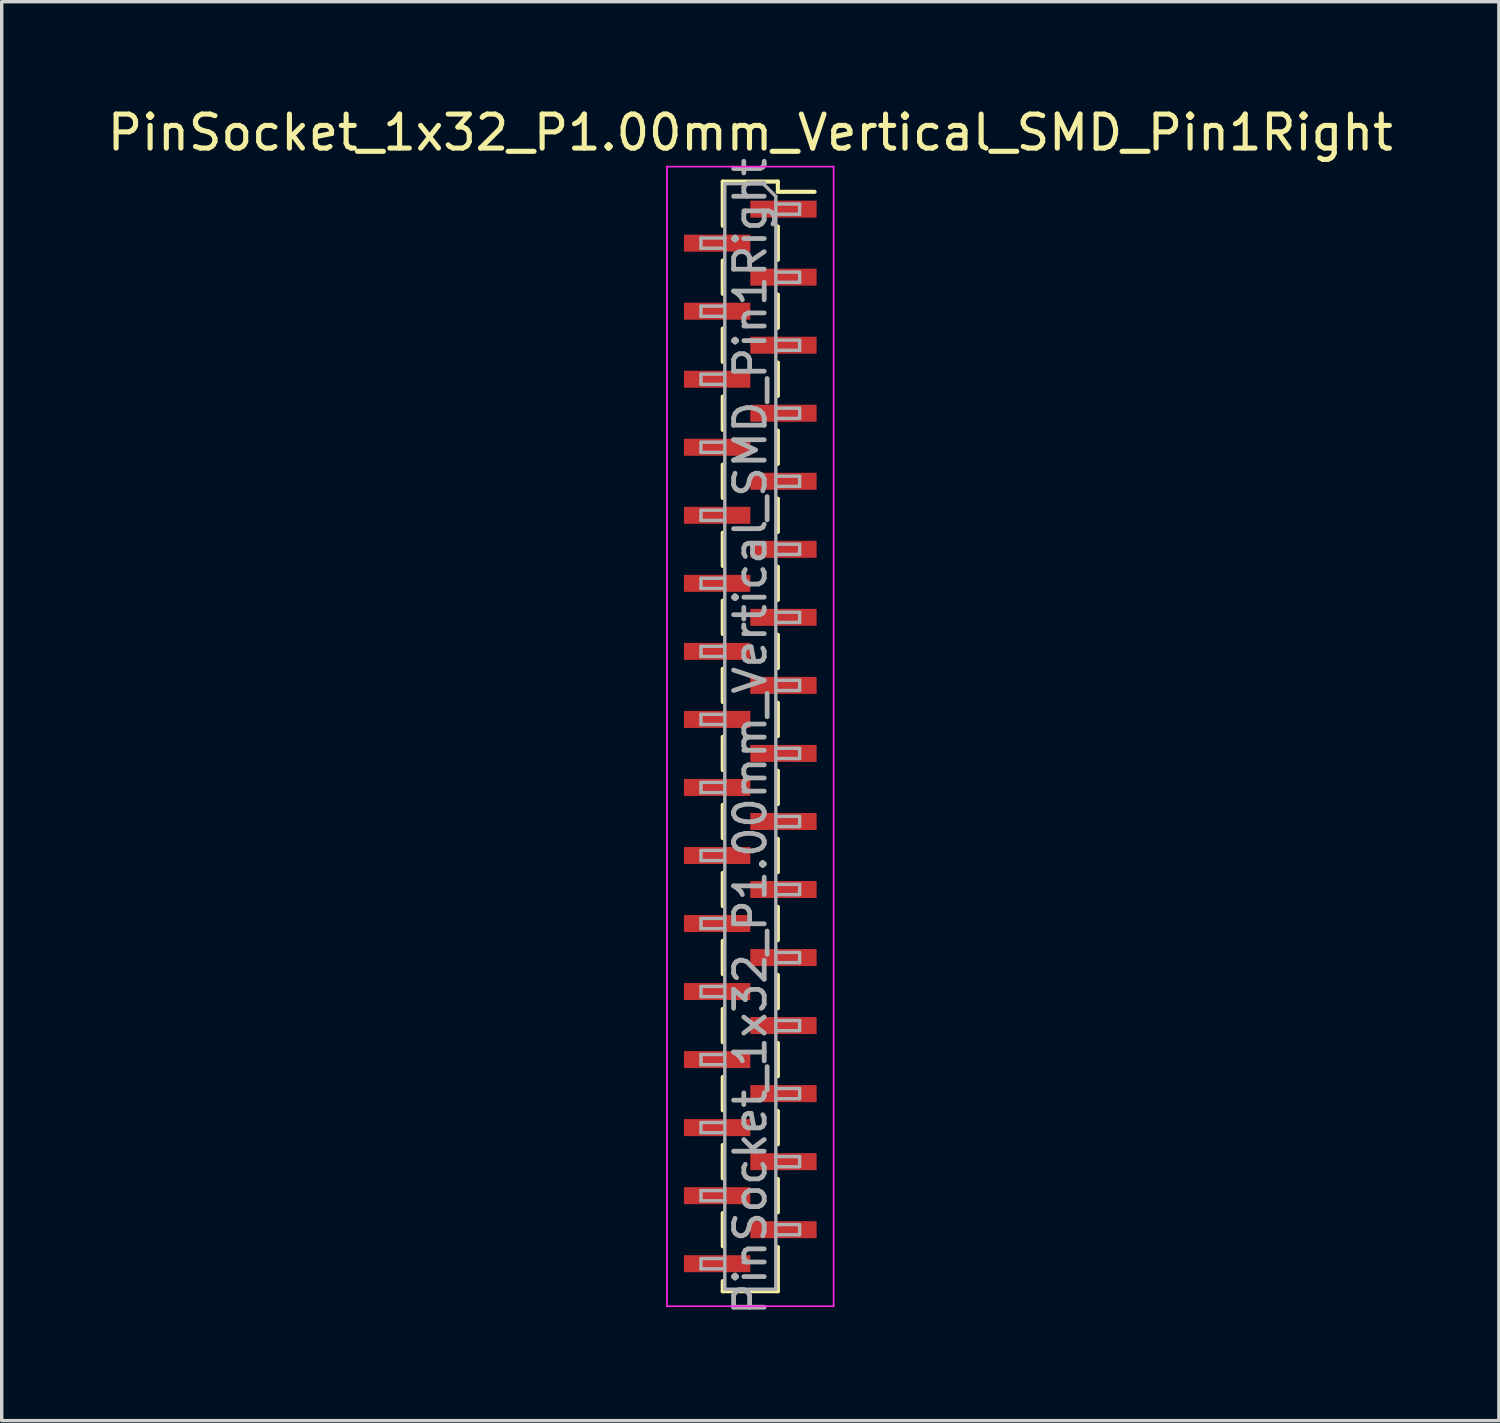
<source format=kicad_pcb>
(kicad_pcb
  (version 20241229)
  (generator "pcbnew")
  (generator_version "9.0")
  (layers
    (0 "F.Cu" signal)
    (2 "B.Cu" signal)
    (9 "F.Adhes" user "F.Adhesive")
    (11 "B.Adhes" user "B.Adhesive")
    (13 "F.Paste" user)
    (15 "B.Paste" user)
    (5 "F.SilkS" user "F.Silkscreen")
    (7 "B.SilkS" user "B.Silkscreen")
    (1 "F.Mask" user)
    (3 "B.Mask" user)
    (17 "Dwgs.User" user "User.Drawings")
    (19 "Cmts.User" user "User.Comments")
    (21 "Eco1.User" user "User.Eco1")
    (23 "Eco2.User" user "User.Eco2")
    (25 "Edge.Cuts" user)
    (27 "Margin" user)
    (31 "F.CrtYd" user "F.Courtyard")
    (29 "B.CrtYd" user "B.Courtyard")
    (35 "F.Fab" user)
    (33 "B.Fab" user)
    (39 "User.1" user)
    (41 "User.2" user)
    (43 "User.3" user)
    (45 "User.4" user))
  (footprint "PinSocket_1x32_P1.00mm_Vertical_SMD_Pin1Right"
    (layer "F.Cu")
    (at 19.006 18.598)
    (property "Reference" "PinSocket_1x32_P1.00mm_Vertical_SMD_Pin1Right" (at 0 -17.75 0) (layer "F.SilkS") (effects (font (size 1 1) (thickness 0.15))))
    (attr smd)
    (fp_line (start -0.81 -16.31) (end -0.81 -15.01) (stroke (width 0.12) (type solid)) (layer "F.SilkS"))
    (fp_line (start -0.81 -16.31) (end 0.81 -16.31) (stroke (width 0.12) (type solid)) (layer "F.SilkS"))
    (fp_line (start -0.81 -13.99) (end -0.81 -13.01) (stroke (width 0.12) (type solid)) (layer "F.SilkS"))
    (fp_line (start -0.81 -11.99) (end -0.81 -11.01) (stroke (width 0.12) (type solid)) (layer "F.SilkS"))
    (fp_line (start -0.81 -9.99) (end -0.81 -9.01) (stroke (width 0.12) (type solid)) (layer "F.SilkS"))
    (fp_line (start -0.81 -7.99) (end -0.81 -7.01) (stroke (width 0.12) (type solid)) (layer "F.SilkS"))
    (fp_line (start -0.81 -5.99) (end -0.81 -5.01) (stroke (width 0.12) (type solid)) (layer "F.SilkS"))
    (fp_line (start -0.81 -3.99) (end -0.81 -3.01) (stroke (width 0.12) (type solid)) (layer "F.SilkS"))
    (fp_line (start -0.81 -1.99) (end -0.81 -1.01) (stroke (width 0.12) (type solid)) (layer "F.SilkS"))
    (fp_line (start -0.81 0.01) (end -0.81 0.99) (stroke (width 0.12) (type solid)) (layer "F.SilkS"))
    (fp_line (start -0.81 2.01) (end -0.81 2.99) (stroke (width 0.12) (type solid)) (layer "F.SilkS"))
    (fp_line (start -0.81 4.01) (end -0.81 4.99) (stroke (width 0.12) (type solid)) (layer "F.SilkS"))
    (fp_line (start -0.81 6.01) (end -0.81 6.99) (stroke (width 0.12) (type solid)) (layer "F.SilkS"))
    (fp_line (start -0.81 8.01) (end -0.81 8.99) (stroke (width 0.12) (type solid)) (layer "F.SilkS"))
    (fp_line (start -0.81 10.01) (end -0.81 10.99) (stroke (width 0.12) (type solid)) (layer "F.SilkS"))
    (fp_line (start -0.81 12.01) (end -0.81 12.99) (stroke (width 0.12) (type solid)) (layer "F.SilkS"))
    (fp_line (start -0.81 14.01) (end -0.81 14.99) (stroke (width 0.12) (type solid)) (layer "F.SilkS"))
    (fp_line (start -0.81 16.01) (end -0.81 16.31) (stroke (width 0.12) (type solid)) (layer "F.SilkS"))
    (fp_line (start -0.81 16.31) (end 0.81 16.31) (stroke (width 0.12) (type solid)) (layer "F.SilkS"))
    (fp_line (start 0.81 -16.31) (end 0.81 -16.01) (stroke (width 0.12) (type solid)) (layer "F.SilkS"))
    (fp_line (start 0.81 -16.01) (end 1.89 -16.01) (stroke (width 0.12) (type solid)) (layer "F.SilkS"))
    (fp_line (start 0.81 -14.99) (end 0.81 -14.01) (stroke (width 0.12) (type solid)) (layer "F.SilkS"))
    (fp_line (start 0.81 -12.99) (end 0.81 -12.01) (stroke (width 0.12) (type solid)) (layer "F.SilkS"))
    (fp_line (start 0.81 -10.99) (end 0.81 -10.01) (stroke (width 0.12) (type solid)) (layer "F.SilkS"))
    (fp_line (start 0.81 -8.99) (end 0.81 -8.01) (stroke (width 0.12) (type solid)) (layer "F.SilkS"))
    (fp_line (start 0.81 -6.99) (end 0.81 -6.01) (stroke (width 0.12) (type solid)) (layer "F.SilkS"))
    (fp_line (start 0.81 -4.99) (end 0.81 -4.01) (stroke (width 0.12) (type solid)) (layer "F.SilkS"))
    (fp_line (start 0.81 -2.99) (end 0.81 -2.01) (stroke (width 0.12) (type solid)) (layer "F.SilkS"))
    (fp_line (start 0.81 -0.99) (end 0.81 -0.01) (stroke (width 0.12) (type solid)) (layer "F.SilkS"))
    (fp_line (start 0.81 1.01) (end 0.81 1.99) (stroke (width 0.12) (type solid)) (layer "F.SilkS"))
    (fp_line (start 0.81 3.01) (end 0.81 3.99) (stroke (width 0.12) (type solid)) (layer "F.SilkS"))
    (fp_line (start 0.81 5.01) (end 0.81 5.99) (stroke (width 0.12) (type solid)) (layer "F.SilkS"))
    (fp_line (start 0.81 7.01) (end 0.81 7.99) (stroke (width 0.12) (type solid)) (layer "F.SilkS"))
    (fp_line (start 0.81 9.01) (end 0.81 9.99) (stroke (width 0.12) (type solid)) (layer "F.SilkS"))
    (fp_line (start 0.81 11.01) (end 0.81 11.99) (stroke (width 0.12) (type solid)) (layer "F.SilkS"))
    (fp_line (start 0.81 13.01) (end 0.81 13.99) (stroke (width 0.12) (type solid)) (layer "F.SilkS"))
    (fp_line (start 0.81 15.01) (end 0.81 16.31) (stroke (width 0.12) (type solid)) (layer "F.SilkS"))
    (fp_line (start -2.45 -16.75) (end 2.45 -16.75) (stroke (width 0.05) (type solid)) (layer "F.CrtYd"))
    (fp_line (start -2.45 16.75) (end -2.45 -16.75) (stroke (width 0.05) (type solid)) (layer "F.CrtYd"))
    (fp_line (start 2.45 -16.75) (end 2.45 16.75) (stroke (width 0.05) (type solid)) (layer "F.CrtYd"))
    (fp_line (start 2.45 16.75) (end -2.45 16.75) (stroke (width 0.05) (type solid)) (layer "F.CrtYd"))
    (fp_line (start -1.45 -14.65) (end -0.75 -14.65) (stroke (width 0.1) (type solid)) (layer "F.Fab"))
    (fp_line (start -1.45 -14.35) (end -1.45 -14.65) (stroke (width 0.1) (type solid)) (layer "F.Fab"))
    (fp_line (start -1.45 -12.65) (end -0.75 -12.65) (stroke (width 0.1) (type solid)) (layer "F.Fab"))
    (fp_line (start -1.45 -12.35) (end -1.45 -12.65) (stroke (width 0.1) (type solid)) (layer "F.Fab"))
    (fp_line (start -1.45 -10.65) (end -0.75 -10.65) (stroke (width 0.1) (type solid)) (layer "F.Fab"))
    (fp_line (start -1.45 -10.35) (end -1.45 -10.65) (stroke (width 0.1) (type solid)) (layer "F.Fab"))
    (fp_line (start -1.45 -8.65) (end -0.75 -8.65) (stroke (width 0.1) (type solid)) (layer "F.Fab"))
    (fp_line (start -1.45 -8.35) (end -1.45 -8.65) (stroke (width 0.1) (type solid)) (layer "F.Fab"))
    (fp_line (start -1.45 -6.65) (end -0.75 -6.65) (stroke (width 0.1) (type solid)) (layer "F.Fab"))
    (fp_line (start -1.45 -6.35) (end -1.45 -6.65) (stroke (width 0.1) (type solid)) (layer "F.Fab"))
    (fp_line (start -1.45 -4.65) (end -0.75 -4.65) (stroke (width 0.1) (type solid)) (layer "F.Fab"))
    (fp_line (start -1.45 -4.35) (end -1.45 -4.65) (stroke (width 0.1) (type solid)) (layer "F.Fab"))
    (fp_line (start -1.45 -2.65) (end -0.75 -2.65) (stroke (width 0.1) (type solid)) (layer "F.Fab"))
    (fp_line (start -1.45 -2.35) (end -1.45 -2.65) (stroke (width 0.1) (type solid)) (layer "F.Fab"))
    (fp_line (start -1.45 -0.65) (end -0.75 -0.65) (stroke (width 0.1) (type solid)) (layer "F.Fab"))
    (fp_line (start -1.45 -0.35) (end -1.45 -0.65) (stroke (width 0.1) (type solid)) (layer "F.Fab"))
    (fp_line (start -1.45 1.35) (end -0.75 1.35) (stroke (width 0.1) (type solid)) (layer "F.Fab"))
    (fp_line (start -1.45 1.65) (end -1.45 1.35) (stroke (width 0.1) (type solid)) (layer "F.Fab"))
    (fp_line (start -1.45 3.35) (end -0.75 3.35) (stroke (width 0.1) (type solid)) (layer "F.Fab"))
    (fp_line (start -1.45 3.65) (end -1.45 3.35) (stroke (width 0.1) (type solid)) (layer "F.Fab"))
    (fp_line (start -1.45 5.35) (end -0.75 5.35) (stroke (width 0.1) (type solid)) (layer "F.Fab"))
    (fp_line (start -1.45 5.65) (end -1.45 5.35) (stroke (width 0.1) (type solid)) (layer "F.Fab"))
    (fp_line (start -1.45 7.35) (end -0.75 7.35) (stroke (width 0.1) (type solid)) (layer "F.Fab"))
    (fp_line (start -1.45 7.65) (end -1.45 7.35) (stroke (width 0.1) (type solid)) (layer "F.Fab"))
    (fp_line (start -1.45 9.35) (end -0.75 9.35) (stroke (width 0.1) (type solid)) (layer "F.Fab"))
    (fp_line (start -1.45 9.65) (end -1.45 9.35) (stroke (width 0.1) (type solid)) (layer "F.Fab"))
    (fp_line (start -1.45 11.35) (end -0.75 11.35) (stroke (width 0.1) (type solid)) (layer "F.Fab"))
    (fp_line (start -1.45 11.65) (end -1.45 11.35) (stroke (width 0.1) (type solid)) (layer "F.Fab"))
    (fp_line (start -1.45 13.35) (end -0.75 13.35) (stroke (width 0.1) (type solid)) (layer "F.Fab"))
    (fp_line (start -1.45 13.65) (end -1.45 13.35) (stroke (width 0.1) (type solid)) (layer "F.Fab"))
    (fp_line (start -1.45 15.35) (end -0.75 15.35) (stroke (width 0.1) (type solid)) (layer "F.Fab"))
    (fp_line (start -1.45 15.65) (end -1.45 15.35) (stroke (width 0.1) (type solid)) (layer "F.Fab"))
    (fp_line (start -0.75 -16.25) (end 0.375 -16.25) (stroke (width 0.1) (type solid)) (layer "F.Fab"))
    (fp_line (start -0.75 -14.35) (end -1.45 -14.35) (stroke (width 0.1) (type solid)) (layer "F.Fab"))
    (fp_line (start -0.75 -12.35) (end -1.45 -12.35) (stroke (width 0.1) (type solid)) (layer "F.Fab"))
    (fp_line (start -0.75 -10.35) (end -1.45 -10.35) (stroke (width 0.1) (type solid)) (layer "F.Fab"))
    (fp_line (start -0.75 -8.35) (end -1.45 -8.35) (stroke (width 0.1) (type solid)) (layer "F.Fab"))
    (fp_line (start -0.75 -6.35) (end -1.45 -6.35) (stroke (width 0.1) (type solid)) (layer "F.Fab"))
    (fp_line (start -0.75 -4.35) (end -1.45 -4.35) (stroke (width 0.1) (type solid)) (layer "F.Fab"))
    (fp_line (start -0.75 -2.35) (end -1.45 -2.35) (stroke (width 0.1) (type solid)) (layer "F.Fab"))
    (fp_line (start -0.75 -0.35) (end -1.45 -0.35) (stroke (width 0.1) (type solid)) (layer "F.Fab"))
    (fp_line (start -0.75 1.65) (end -1.45 1.65) (stroke (width 0.1) (type solid)) (layer "F.Fab"))
    (fp_line (start -0.75 3.65) (end -1.45 3.65) (stroke (width 0.1) (type solid)) (layer "F.Fab"))
    (fp_line (start -0.75 5.65) (end -1.45 5.65) (stroke (width 0.1) (type solid)) (layer "F.Fab"))
    (fp_line (start -0.75 7.65) (end -1.45 7.65) (stroke (width 0.1) (type solid)) (layer "F.Fab"))
    (fp_line (start -0.75 9.65) (end -1.45 9.65) (stroke (width 0.1) (type solid)) (layer "F.Fab"))
    (fp_line (start -0.75 11.65) (end -1.45 11.65) (stroke (width 0.1) (type solid)) (layer "F.Fab"))
    (fp_line (start -0.75 13.65) (end -1.45 13.65) (stroke (width 0.1) (type solid)) (layer "F.Fab"))
    (fp_line (start -0.75 15.65) (end -1.45 15.65) (stroke (width 0.1) (type solid)) (layer "F.Fab"))
    (fp_line (start -0.75 16.25) (end -0.75 -16.25) (stroke (width 0.1) (type solid)) (layer "F.Fab"))
    (fp_line (start 0.375 -16.25) (end 0.75 -15.875) (stroke (width 0.1) (type solid)) (layer "F.Fab"))
    (fp_line (start 0.75 -15.875) (end 0.75 16.25) (stroke (width 0.1) (type solid)) (layer "F.Fab"))
    (fp_line (start 0.75 -15.65) (end 1.45 -15.65) (stroke (width 0.1) (type solid)) (layer "F.Fab"))
    (fp_line (start 0.75 -13.65) (end 1.45 -13.65) (stroke (width 0.1) (type solid)) (layer "F.Fab"))
    (fp_line (start 0.75 -11.65) (end 1.45 -11.65) (stroke (width 0.1) (type solid)) (layer "F.Fab"))
    (fp_line (start 0.75 -9.65) (end 1.45 -9.65) (stroke (width 0.1) (type solid)) (layer "F.Fab"))
    (fp_line (start 0.75 -7.65) (end 1.45 -7.65) (stroke (width 0.1) (type solid)) (layer "F.Fab"))
    (fp_line (start 0.75 -5.65) (end 1.45 -5.65) (stroke (width 0.1) (type solid)) (layer "F.Fab"))
    (fp_line (start 0.75 -3.65) (end 1.45 -3.65) (stroke (width 0.1) (type solid)) (layer "F.Fab"))
    (fp_line (start 0.75 -1.65) (end 1.45 -1.65) (stroke (width 0.1) (type solid)) (layer "F.Fab"))
    (fp_line (start 0.75 0.35) (end 1.45 0.35) (stroke (width 0.1) (type solid)) (layer "F.Fab"))
    (fp_line (start 0.75 2.35) (end 1.45 2.35) (stroke (width 0.1) (type solid)) (layer "F.Fab"))
    (fp_line (start 0.75 4.35) (end 1.45 4.35) (stroke (width 0.1) (type solid)) (layer "F.Fab"))
    (fp_line (start 0.75 6.35) (end 1.45 6.35) (stroke (width 0.1) (type solid)) (layer "F.Fab"))
    (fp_line (start 0.75 8.35) (end 1.45 8.35) (stroke (width 0.1) (type solid)) (layer "F.Fab"))
    (fp_line (start 0.75 10.35) (end 1.45 10.35) (stroke (width 0.1) (type solid)) (layer "F.Fab"))
    (fp_line (start 0.75 12.35) (end 1.45 12.35) (stroke (width 0.1) (type solid)) (layer "F.Fab"))
    (fp_line (start 0.75 14.35) (end 1.45 14.35) (stroke (width 0.1) (type solid)) (layer "F.Fab"))
    (fp_line (start 0.75 16.25) (end -0.75 16.25) (stroke (width 0.1) (type solid)) (layer "F.Fab"))
    (fp_line (start 1.45 -15.65) (end 1.45 -15.35) (stroke (width 0.1) (type solid)) (layer "F.Fab"))
    (fp_line (start 1.45 -15.35) (end 0.75 -15.35) (stroke (width 0.1) (type solid)) (layer "F.Fab"))
    (fp_line (start 1.45 -13.65) (end 1.45 -13.35) (stroke (width 0.1) (type solid)) (layer "F.Fab"))
    (fp_line (start 1.45 -13.35) (end 0.75 -13.35) (stroke (width 0.1) (type solid)) (layer "F.Fab"))
    (fp_line (start 1.45 -11.65) (end 1.45 -11.35) (stroke (width 0.1) (type solid)) (layer "F.Fab"))
    (fp_line (start 1.45 -11.35) (end 0.75 -11.35) (stroke (width 0.1) (type solid)) (layer "F.Fab"))
    (fp_line (start 1.45 -9.65) (end 1.45 -9.35) (stroke (width 0.1) (type solid)) (layer "F.Fab"))
    (fp_line (start 1.45 -9.35) (end 0.75 -9.35) (stroke (width 0.1) (type solid)) (layer "F.Fab"))
    (fp_line (start 1.45 -7.65) (end 1.45 -7.35) (stroke (width 0.1) (type solid)) (layer "F.Fab"))
    (fp_line (start 1.45 -7.35) (end 0.75 -7.35) (stroke (width 0.1) (type solid)) (layer "F.Fab"))
    (fp_line (start 1.45 -5.65) (end 1.45 -5.35) (stroke (width 0.1) (type solid)) (layer "F.Fab"))
    (fp_line (start 1.45 -5.35) (end 0.75 -5.35) (stroke (width 0.1) (type solid)) (layer "F.Fab"))
    (fp_line (start 1.45 -3.65) (end 1.45 -3.35) (stroke (width 0.1) (type solid)) (layer "F.Fab"))
    (fp_line (start 1.45 -3.35) (end 0.75 -3.35) (stroke (width 0.1) (type solid)) (layer "F.Fab"))
    (fp_line (start 1.45 -1.65) (end 1.45 -1.35) (stroke (width 0.1) (type solid)) (layer "F.Fab"))
    (fp_line (start 1.45 -1.35) (end 0.75 -1.35) (stroke (width 0.1) (type solid)) (layer "F.Fab"))
    (fp_line (start 1.45 0.35) (end 1.45 0.65) (stroke (width 0.1) (type solid)) (layer "F.Fab"))
    (fp_line (start 1.45 0.65) (end 0.75 0.65) (stroke (width 0.1) (type solid)) (layer "F.Fab"))
    (fp_line (start 1.45 2.35) (end 1.45 2.65) (stroke (width 0.1) (type solid)) (layer "F.Fab"))
    (fp_line (start 1.45 2.65) (end 0.75 2.65) (stroke (width 0.1) (type solid)) (layer "F.Fab"))
    (fp_line (start 1.45 4.35) (end 1.45 4.65) (stroke (width 0.1) (type solid)) (layer "F.Fab"))
    (fp_line (start 1.45 4.65) (end 0.75 4.65) (stroke (width 0.1) (type solid)) (layer "F.Fab"))
    (fp_line (start 1.45 6.35) (end 1.45 6.65) (stroke (width 0.1) (type solid)) (layer "F.Fab"))
    (fp_line (start 1.45 6.65) (end 0.75 6.65) (stroke (width 0.1) (type solid)) (layer "F.Fab"))
    (fp_line (start 1.45 8.35) (end 1.45 8.65) (stroke (width 0.1) (type solid)) (layer "F.Fab"))
    (fp_line (start 1.45 8.65) (end 0.75 8.65) (stroke (width 0.1) (type solid)) (layer "F.Fab"))
    (fp_line (start 1.45 10.35) (end 1.45 10.65) (stroke (width 0.1) (type solid)) (layer "F.Fab"))
    (fp_line (start 1.45 10.65) (end 0.75 10.65) (stroke (width 0.1) (type solid)) (layer "F.Fab"))
    (fp_line (start 1.45 12.35) (end 1.45 12.65) (stroke (width 0.1) (type solid)) (layer "F.Fab"))
    (fp_line (start 1.45 12.65) (end 0.75 12.65) (stroke (width 0.1) (type solid)) (layer "F.Fab"))
    (fp_line (start 1.45 14.35) (end 1.45 14.65) (stroke (width 0.1) (type solid)) (layer "F.Fab"))
    (fp_line (start 1.45 14.65) (end 0.75 14.65) (stroke (width 0.1) (type solid)) (layer "F.Fab"))
    (fp_text user "${REFERENCE}" (at 0 0 90) (layer "F.Fab") (effects (font (size 0.9 0.9) (thickness 0.14))))
    (pad "1" smd rect (at 0.975 -15.5) (size 1.95 0.5) (layers "F.Cu" "F.Mask" "F.Paste"))
    (pad "2" smd rect (at -0.975 -14.5) (size 1.95 0.5) (layers "F.Cu" "F.Mask" "F.Paste"))
    (pad "3" smd rect (at 0.975 -13.5) (size 1.95 0.5) (layers "F.Cu" "F.Mask" "F.Paste"))
    (pad "4" smd rect (at -0.975 -12.5) (size 1.95 0.5) (layers "F.Cu" "F.Mask" "F.Paste"))
    (pad "5" smd rect (at 0.975 -11.5) (size 1.95 0.5) (layers "F.Cu" "F.Mask" "F.Paste"))
    (pad "6" smd rect (at -0.975 -10.5) (size 1.95 0.5) (layers "F.Cu" "F.Mask" "F.Paste"))
    (pad "7" smd rect (at 0.975 -9.5) (size 1.95 0.5) (layers "F.Cu" "F.Mask" "F.Paste"))
    (pad "8" smd rect (at -0.975 -8.5) (size 1.95 0.5) (layers "F.Cu" "F.Mask" "F.Paste"))
    (pad "9" smd rect (at 0.975 -7.5) (size 1.95 0.5) (layers "F.Cu" "F.Mask" "F.Paste"))
    (pad "10" smd rect (at -0.975 -6.5) (size 1.95 0.5) (layers "F.Cu" "F.Mask" "F.Paste"))
    (pad "11" smd rect (at 0.975 -5.5) (size 1.95 0.5) (layers "F.Cu" "F.Mask" "F.Paste"))
    (pad "12" smd rect (at -0.975 -4.5) (size 1.95 0.5) (layers "F.Cu" "F.Mask" "F.Paste"))
    (pad "13" smd rect (at 0.975 -3.5) (size 1.95 0.5) (layers "F.Cu" "F.Mask" "F.Paste"))
    (pad "14" smd rect (at -0.975 -2.5) (size 1.95 0.5) (layers "F.Cu" "F.Mask" "F.Paste"))
    (pad "15" smd rect (at 0.975 -1.5) (size 1.95 0.5) (layers "F.Cu" "F.Mask" "F.Paste"))
    (pad "16" smd rect (at -0.975 -0.5) (size 1.95 0.5) (layers "F.Cu" "F.Mask" "F.Paste"))
    (pad "17" smd rect (at 0.975 0.5) (size 1.95 0.5) (layers "F.Cu" "F.Mask" "F.Paste"))
    (pad "18" smd rect (at -0.975 1.5) (size 1.95 0.5) (layers "F.Cu" "F.Mask" "F.Paste"))
    (pad "19" smd rect (at 0.975 2.5) (size 1.95 0.5) (layers "F.Cu" "F.Mask" "F.Paste"))
    (pad "20" smd rect (at -0.975 3.5) (size 1.95 0.5) (layers "F.Cu" "F.Mask" "F.Paste"))
    (pad "21" smd rect (at 0.975 4.5) (size 1.95 0.5) (layers "F.Cu" "F.Mask" "F.Paste"))
    (pad "22" smd rect (at -0.975 5.5) (size 1.95 0.5) (layers "F.Cu" "F.Mask" "F.Paste"))
    (pad "23" smd rect (at 0.975 6.5) (size 1.95 0.5) (layers "F.Cu" "F.Mask" "F.Paste"))
    (pad "24" smd rect (at -0.975 7.5) (size 1.95 0.5) (layers "F.Cu" "F.Mask" "F.Paste"))
    (pad "25" smd rect (at 0.975 8.5) (size 1.95 0.5) (layers "F.Cu" "F.Mask" "F.Paste"))
    (pad "26" smd rect (at -0.975 9.5) (size 1.95 0.5) (layers "F.Cu" "F.Mask" "F.Paste"))
    (pad "27" smd rect (at 0.975 10.5) (size 1.95 0.5) (layers "F.Cu" "F.Mask" "F.Paste"))
    (pad "28" smd rect (at -0.975 11.5) (size 1.95 0.5) (layers "F.Cu" "F.Mask" "F.Paste"))
    (pad "29" smd rect (at 0.975 12.5) (size 1.95 0.5) (layers "F.Cu" "F.Mask" "F.Paste"))
    (pad "30" smd rect (at -0.975 13.5) (size 1.95 0.5) (layers "F.Cu" "F.Mask" "F.Paste"))
    (pad "31" smd rect (at 0.975 14.5) (size 1.95 0.5) (layers "F.Cu" "F.Mask" "F.Paste"))
    (pad "32" smd rect (at -0.975 15.5) (size 1.95 0.5) (layers "F.Cu" "F.Mask" "F.Paste")))
  (gr_rect
    (start -3 -3)
    (end 41.012 38.711)
    (stroke (width 0.1) (type default))
    (fill no)
    (layer "Edge.Cuts")))
</source>
